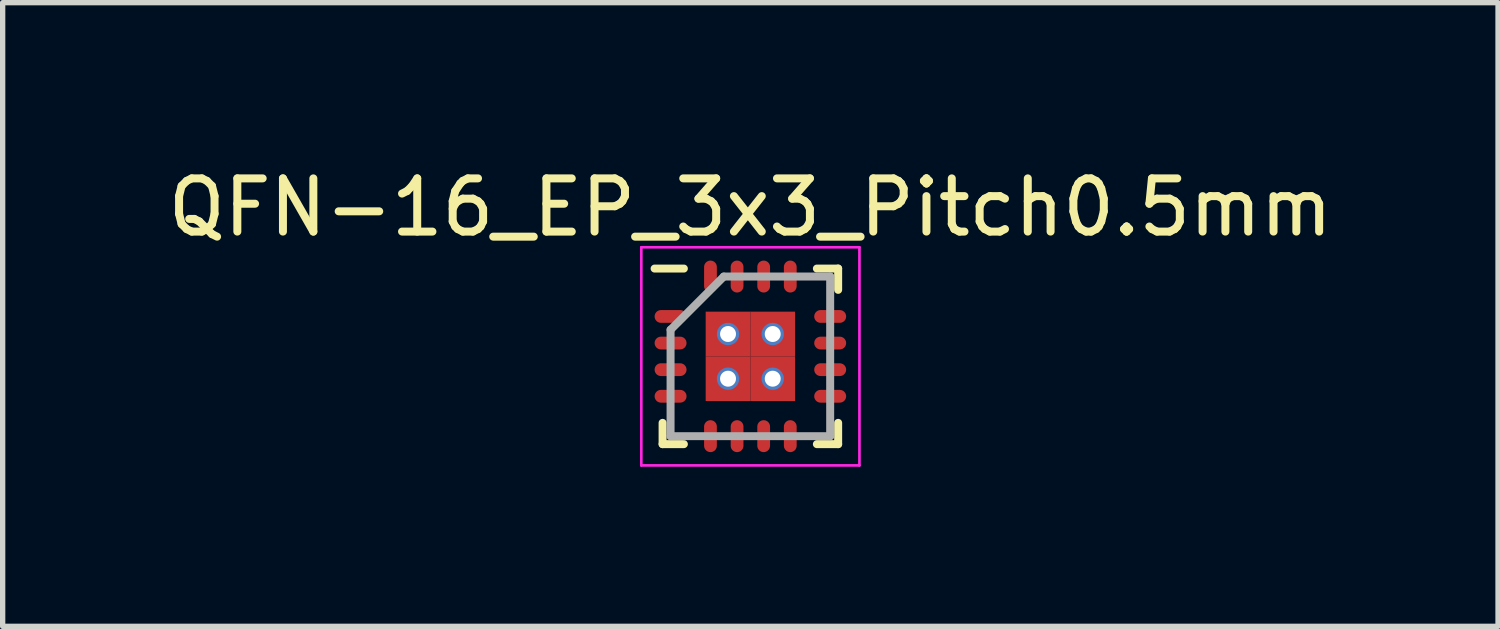
<source format=kicad_pcb>
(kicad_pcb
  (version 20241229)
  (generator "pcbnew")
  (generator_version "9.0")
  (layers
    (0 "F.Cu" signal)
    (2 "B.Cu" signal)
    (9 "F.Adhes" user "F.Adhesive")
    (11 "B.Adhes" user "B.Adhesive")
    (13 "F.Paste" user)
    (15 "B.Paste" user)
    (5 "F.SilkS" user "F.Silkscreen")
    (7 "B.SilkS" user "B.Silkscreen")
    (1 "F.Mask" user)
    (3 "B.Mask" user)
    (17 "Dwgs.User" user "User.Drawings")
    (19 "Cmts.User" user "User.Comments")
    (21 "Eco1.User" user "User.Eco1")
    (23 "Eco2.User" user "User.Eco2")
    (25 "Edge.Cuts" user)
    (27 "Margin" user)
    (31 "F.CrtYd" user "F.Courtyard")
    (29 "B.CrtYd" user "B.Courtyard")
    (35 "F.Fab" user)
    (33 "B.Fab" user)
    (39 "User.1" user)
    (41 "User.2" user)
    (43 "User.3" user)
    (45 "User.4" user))
  (footprint "QFN-16_EP_3x3_Pitch0.5mm"
    (layer "F.Cu")
    (at 11.054 3.648)
    (property "Reference" "QFN-16_EP_3x3_Pitch0.5mm" (at 0 -2.8 0) (layer "F.SilkS") (effects (font (size 1 1) (thickness 0.15))))
    (attr smd)
    (fp_line (start -1.65 1.65) (end -1.65 1.25) (stroke (width 0.15) (type solid)) (layer "F.SilkS"))
    (fp_line (start -1.25 -1.65) (end -1.8 -1.65) (stroke (width 0.15) (type solid)) (layer "F.SilkS"))
    (fp_line (start -1.25 1.65) (end -1.65 1.65) (stroke (width 0.15) (type solid)) (layer "F.SilkS"))
    (fp_line (start 1.25 -1.65) (end 1.65 -1.65) (stroke (width 0.15) (type solid)) (layer "F.SilkS"))
    (fp_line (start 1.25 1.65) (end 1.65 1.65) (stroke (width 0.15) (type solid)) (layer "F.SilkS"))
    (fp_line (start 1.65 -1.65) (end 1.65 -1.25) (stroke (width 0.15) (type solid)) (layer "F.SilkS"))
    (fp_line (start 1.65 1.65) (end 1.65 1.25) (stroke (width 0.15) (type solid)) (layer "F.SilkS"))
    (fp_line (start -2.05 -2.05) (end 2.05 -2.05) (stroke (width 0.05) (type solid)) (layer "F.CrtYd"))
    (fp_line (start -2.05 2.05) (end -2.05 -2.05) (stroke (width 0.05) (type solid)) (layer "F.CrtYd"))
    (fp_line (start 2.05 -2.05) (end 2.05 2.05) (stroke (width 0.05) (type solid)) (layer "F.CrtYd"))
    (fp_line (start 2.05 2.05) (end -2.05 2.05) (stroke (width 0.05) (type solid)) (layer "F.CrtYd"))
    (fp_line (start -1.5 -0.5) (end -1.5 1.5) (stroke (width 0.15) (type solid)) (layer "F.Fab"))
    (fp_line (start -1.5 1.5) (end 1.5 1.5) (stroke (width 0.15) (type solid)) (layer "F.Fab"))
    (fp_line (start -0.5 -1.5) (end -1.5 -0.5) (stroke (width 0.15) (type solid)) (layer "F.Fab"))
    (fp_line (start 1.5 -1.5) (end -0.5 -1.5) (stroke (width 0.15) (type solid)) (layer "F.Fab"))
    (fp_line (start 1.5 1.5) (end 1.5 -1.5) (stroke (width 0.15) (type solid)) (layer "F.Fab"))
    (pad "1" smd oval (at -1.5 -0.75 90) (size 0.24 0.6) (layers "F.Cu" "F.Mask" "F.Paste"))
    (pad "2" smd oval (at -1.5 -0.25 90) (size 0.24 0.6) (layers "F.Cu" "F.Mask" "F.Paste"))
    (pad "3" smd oval (at -1.5 0.25 90) (size 0.24 0.6) (layers "F.Cu" "F.Mask" "F.Paste"))
    (pad "4" smd oval (at -1.5 0.75 90) (size 0.24 0.6) (layers "F.Cu" "F.Mask" "F.Paste"))
    (pad "5" smd oval (at -0.75 1.5) (size 0.24 0.6) (layers "F.Cu" "F.Mask" "F.Paste"))
    (pad "6" smd oval (at -0.25 1.5) (size 0.24 0.6) (layers "F.Cu" "F.Mask" "F.Paste"))
    (pad "7" smd oval (at 0.25 1.5) (size 0.24 0.6) (layers "F.Cu" "F.Mask" "F.Paste"))
    (pad "8" smd oval (at 0.75 1.5) (size 0.24 0.6) (layers "F.Cu" "F.Mask" "F.Paste"))
    (pad "9" smd oval (at 1.5 0.75 90) (size 0.24 0.6) (layers "F.Cu" "F.Mask" "F.Paste"))
    (pad "10" smd oval (at 1.5 0.25 90) (size 0.24 0.6) (layers "F.Cu" "F.Mask" "F.Paste"))
    (pad "11" smd oval (at 1.5 -0.25 90) (size 0.24 0.6) (layers "F.Cu" "F.Mask" "F.Paste"))
    (pad "12" smd oval (at 1.5 -0.75 90) (size 0.24 0.6) (layers "F.Cu" "F.Mask" "F.Paste"))
    (pad "13" smd oval (at 0.75 -1.5) (size 0.24 0.6) (layers "F.Cu" "F.Mask" "F.Paste"))
    (pad "14" smd oval (at 0.25 -1.5) (size 0.24 0.6) (layers "F.Cu" "F.Mask" "F.Paste"))
    (pad "15" smd oval (at -0.25 -1.5) (size 0.24 0.6) (layers "F.Cu" "F.Mask" "F.Paste"))
    (pad "16" smd oval (at -0.75 -1.5) (size 0.24 0.6) (layers "F.Cu" "F.Mask" "F.Paste"))
    (pad "17" thru_hole circle (at -0.42 -0.42) (size 0.42 0.42) (drill 0.3) (layers "*.Cu" "*.Mask"))
    (pad "17" smd rect (at -0.42 -0.42) (size 0.84 0.84) (layers "F.Cu" "F.Mask" "F.Paste"))
    (pad "17" thru_hole circle (at -0.42 0.42) (size 0.42 0.42) (drill 0.3) (layers "*.Cu" "*.Mask"))
    (pad "17" smd rect (at -0.42 0.42) (size 0.84 0.84) (layers "F.Cu" "F.Mask" "F.Paste"))
    (pad "17" thru_hole circle (at 0.42 -0.42) (size 0.42 0.42) (drill 0.3) (layers "*.Cu" "*.Mask"))
    (pad "17" smd rect (at 0.42 -0.42) (size 0.84 0.84) (layers "F.Cu" "F.Mask" "F.Paste"))
    (pad "17" thru_hole circle (at 0.42 0.42) (size 0.42 0.42) (drill 0.3) (layers "*.Cu" "*.Mask"))
    (pad "17" smd rect (at 0.42 0.42) (size 0.84 0.84) (layers "F.Cu" "F.Mask" "F.Paste")))
  (gr_rect
    (start -3 -3)
    (end 25.107 8.723)
    (stroke (width 0.1) (type default))
    (fill no)
    (layer "Edge.Cuts")))
</source>
